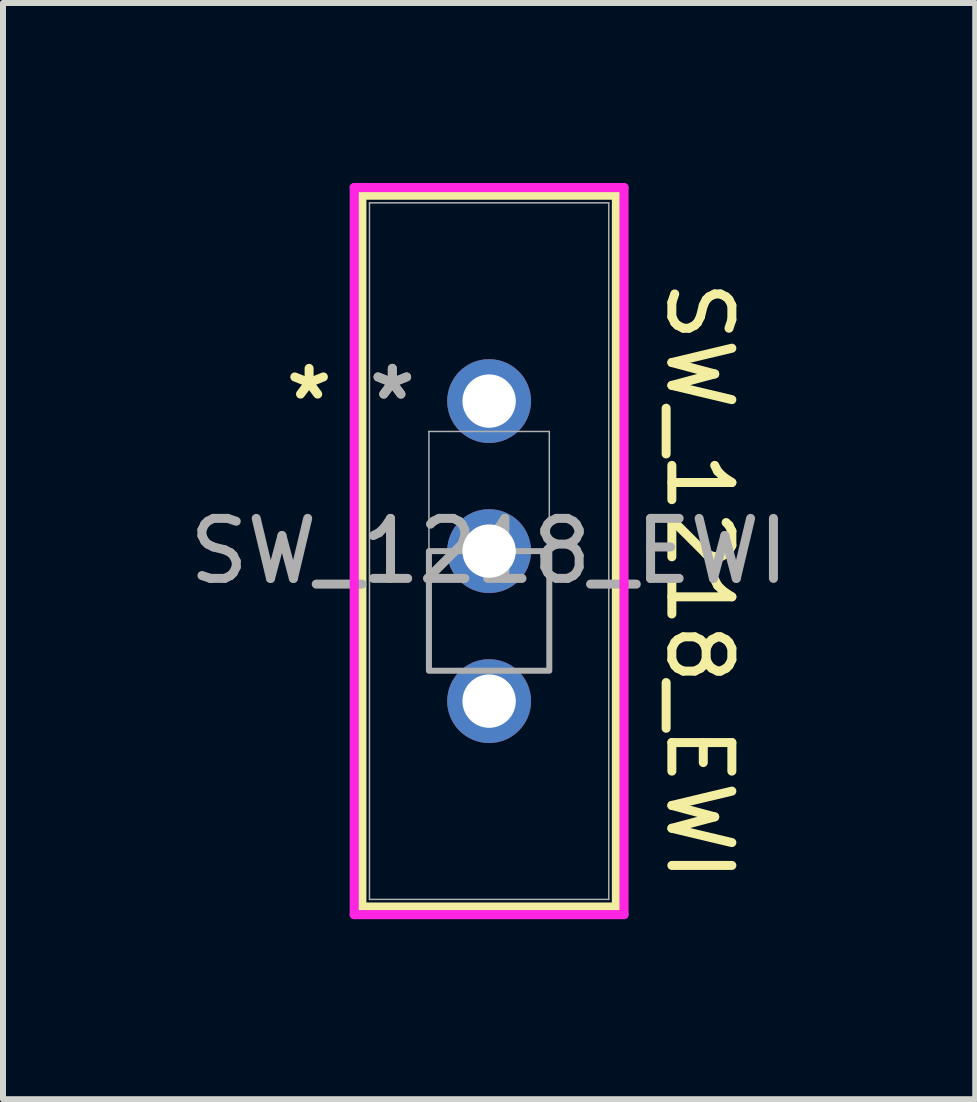
<source format=kicad_pcb>
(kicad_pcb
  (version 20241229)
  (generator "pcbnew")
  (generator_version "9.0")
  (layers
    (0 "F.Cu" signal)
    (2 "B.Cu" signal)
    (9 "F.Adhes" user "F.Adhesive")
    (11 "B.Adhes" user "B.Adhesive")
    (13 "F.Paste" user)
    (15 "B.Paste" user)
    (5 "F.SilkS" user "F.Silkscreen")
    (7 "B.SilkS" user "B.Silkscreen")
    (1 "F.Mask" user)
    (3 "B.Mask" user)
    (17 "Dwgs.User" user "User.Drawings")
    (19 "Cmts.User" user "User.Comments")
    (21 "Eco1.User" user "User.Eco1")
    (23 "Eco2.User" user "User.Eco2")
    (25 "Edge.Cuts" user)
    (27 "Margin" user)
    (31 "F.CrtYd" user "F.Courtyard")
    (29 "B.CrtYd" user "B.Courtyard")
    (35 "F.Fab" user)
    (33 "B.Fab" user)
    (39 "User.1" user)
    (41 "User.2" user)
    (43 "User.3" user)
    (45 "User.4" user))
  (footprint "SW_1218_EWI"
    (layer "F.Cu")
    (at 5.101 3.634)
    (property "Reference" "SW_1218_EWI" (at 3.5 3 270) (unlocked yes) (layer "F.SilkS") (effects (font (size 1 1) (thickness 0.15))))
    (attr through_hole)
    (fp_line (start -2.121 -3.431) (end -2.121 8.431) (stroke (width 0.152) (type solid)) (layer "F.SilkS"))
    (fp_line (start -2.121 8.431) (end 2.121 8.431) (stroke (width 0.152) (type solid)) (layer "F.SilkS"))
    (fp_line (start 2.121 -3.431) (end -2.121 -3.431) (stroke (width 0.152) (type solid)) (layer "F.SilkS"))
    (fp_line (start 2.121 8.431) (end 2.121 -3.431) (stroke (width 0.152) (type solid)) (layer "F.SilkS"))
    (fp_line (start -2.248 -3.558) (end -2.248 8.558) (stroke (width 0.152) (type solid)) (layer "F.CrtYd"))
    (fp_line (start -2.248 8.558) (end 2.248 8.558) (stroke (width 0.152) (type solid)) (layer "F.CrtYd"))
    (fp_line (start 2.248 -3.558) (end -2.248 -3.558) (stroke (width 0.152) (type solid)) (layer "F.CrtYd"))
    (fp_line (start 2.248 8.558) (end 2.248 -3.558) (stroke (width 0.152) (type solid)) (layer "F.CrtYd"))
    (fp_line (start -1.994 -3.304) (end -1.994 8.304) (stroke (width 0.025) (type solid)) (layer "F.Fab"))
    (fp_line (start -1.994 8.304) (end 1.994 8.304) (stroke (width 0.025) (type solid)) (layer "F.Fab"))
    (fp_line (start -1.003 0.506) (end 1.003 0.506) (stroke (width 0.025) (type solid)) (layer "F.Fab"))
    (fp_line (start -1.003 4.494) (end -1.003 0.506) (stroke (width 0.025) (type solid)) (layer "F.Fab"))
    (fp_line (start 1.003 0.506) (end 1.003 4.494) (stroke (width 0.025) (type solid)) (layer "F.Fab"))
    (fp_line (start 1.003 4.494) (end -1.003 4.494) (stroke (width 0.025) (type solid)) (layer "F.Fab"))
    (fp_line (start 1.994 -3.304) (end -1.994 -3.304) (stroke (width 0.025) (type solid)) (layer "F.Fab"))
    (fp_line (start 1.994 8.304) (end 1.994 -3.304) (stroke (width 0.025) (type solid)) (layer "F.Fab"))
    (fp_poly (pts (xy -1.003 4.494) (xy -1.003 2.5) (xy 1.003 2.5) (xy 1.003 4.494)) (stroke (width 0.1) (type solid)) (fill no) (layer "F.Fab"))
    (fp_text user "*" (at -3 0 0) (unlocked yes) (layer "F.SilkS") (effects (font (size 1 1) (thickness 0.15))))
    (fp_text user "${REFERENCE}" (at 0 2.5 0) (unlocked yes) (layer "F.Fab") (effects (font (size 1 1) (thickness 0.15))))
    (fp_text user "*" (at -1.613 0 0) (layer "F.Fab") (effects (font (size 1 1) (thickness 0.15))))
    (fp_text user "*" (at -1.613 0 0) (unlocked yes) (layer "F.Fab") (effects (font (size 1 1) (thickness 0.15))))
    (pad "1" thru_hole circle (at 0 0) (size 1.397 1.397) (drill 0.889) (layers "*.Cu" "*.Mask"))
    (pad "2" thru_hole circle (at 0 2.5) (size 1.397 1.397) (drill 0.889) (layers "*.Cu" "*.Mask"))
    (pad "3" thru_hole circle (at 0 5) (size 1.397 1.397) (drill 0.889) (layers "*.Cu" "*.Mask")))
  (gr_rect
    (start -3 -3)
    (end 13.202 15.268)
    (stroke (width 0.1) (type default))
    (fill no)
    (layer "Edge.Cuts")))
</source>
